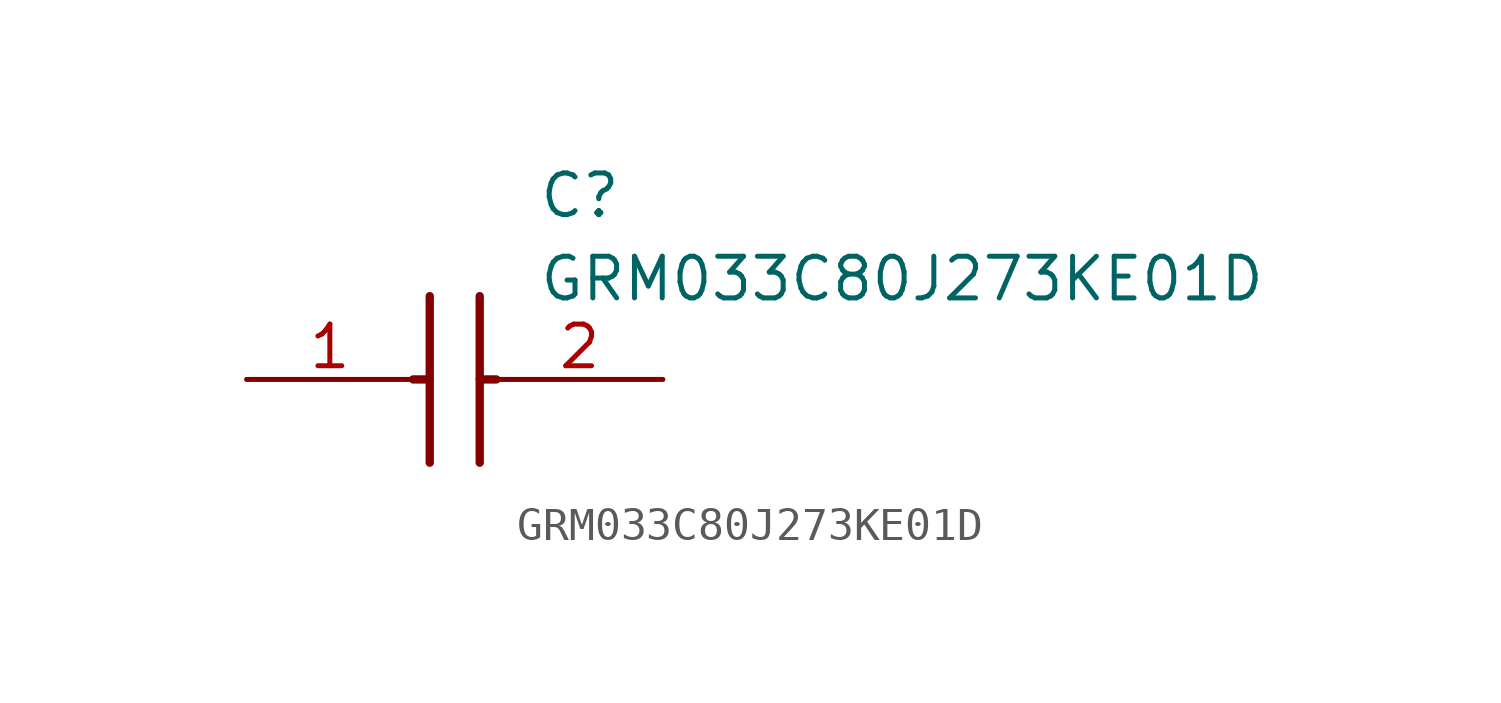
<source format=kicad_sym>
(kicad_symbol_lib
  (version 20211014)
  (generator SamacSys_ECAD_Model)
  (symbol "GRM033C80J273KE01D"
    (pin_names hide)
    (property "Reference" "C"
      (at 8.89 6.35 0)
      (effects (font (size 1.27 1.27)) (justify left top)))
    (property "Value" "GRM033C80J273KE01D"
      (at 8.89 3.81 0)
      (effects (font (size 1.27 1.27)) (justify left top)))
    (polyline
      (pts (xy 5.588 2.54) (xy 5.588 -2.54))
      (stroke (width 0.254) (type default))
      (fill (type none)))
    (polyline
      (pts (xy 7.112 2.54) (xy 7.112 -2.54))
      (stroke (width 0.254) (type default))
      (fill (type none)))
    (polyline
      (pts (xy 5.08 0) (xy 5.588 0))
      (stroke (width 0.254) (type default))
      (fill (type none)))
    (polyline
      (pts (xy 7.112 0) (xy 7.62 0))
      (stroke (width 0.254) (type default))
      (fill (type none)))
    (pin passive line
      (at 0 0 0)
      (length 5.08)
      (name "1" (effects (font (size 1.27 1.27))))
      (number "1" (effects (font (size 1.27 1.27)))))
    (pin passive line
      (at 12.7 0 180)
      (length 5.08)
      (name "2" (effects (font (size 1.27 1.27))))
      (number "2" (effects (font (size 1.27 1.27)))))))
</source>
